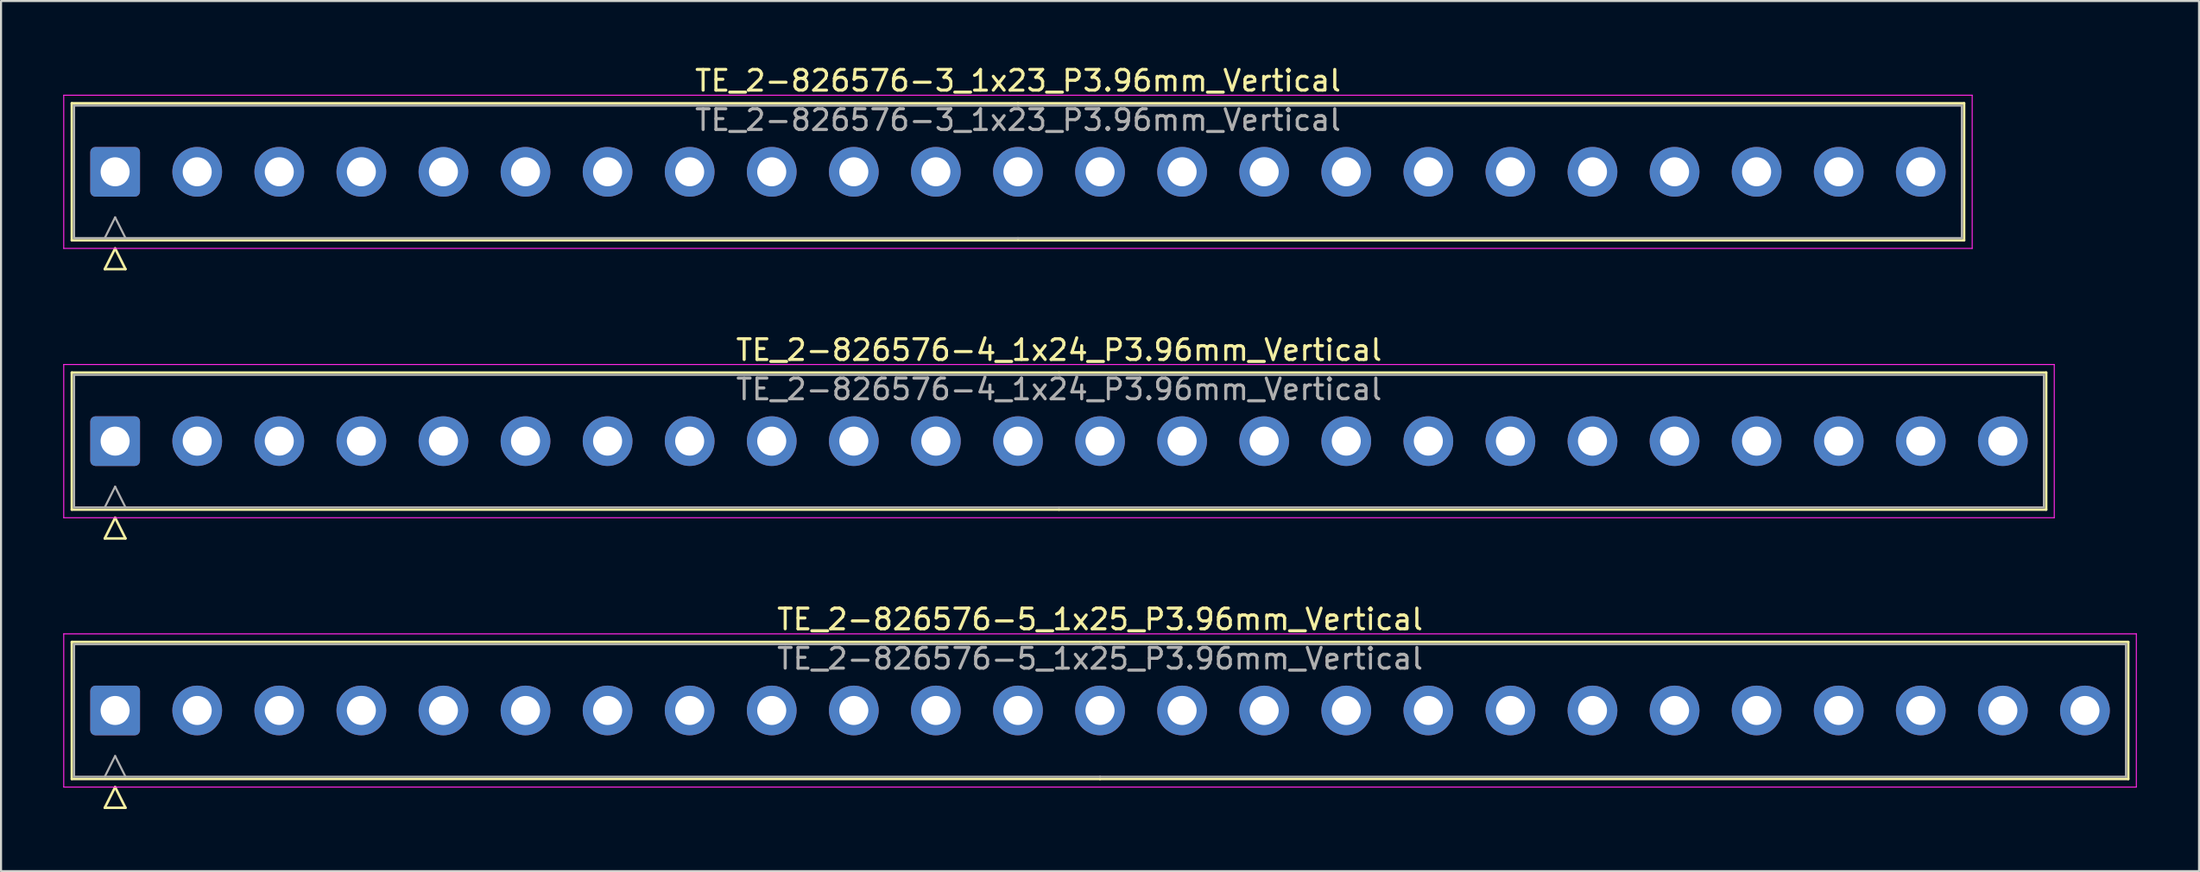
<source format=kicad_pcb>
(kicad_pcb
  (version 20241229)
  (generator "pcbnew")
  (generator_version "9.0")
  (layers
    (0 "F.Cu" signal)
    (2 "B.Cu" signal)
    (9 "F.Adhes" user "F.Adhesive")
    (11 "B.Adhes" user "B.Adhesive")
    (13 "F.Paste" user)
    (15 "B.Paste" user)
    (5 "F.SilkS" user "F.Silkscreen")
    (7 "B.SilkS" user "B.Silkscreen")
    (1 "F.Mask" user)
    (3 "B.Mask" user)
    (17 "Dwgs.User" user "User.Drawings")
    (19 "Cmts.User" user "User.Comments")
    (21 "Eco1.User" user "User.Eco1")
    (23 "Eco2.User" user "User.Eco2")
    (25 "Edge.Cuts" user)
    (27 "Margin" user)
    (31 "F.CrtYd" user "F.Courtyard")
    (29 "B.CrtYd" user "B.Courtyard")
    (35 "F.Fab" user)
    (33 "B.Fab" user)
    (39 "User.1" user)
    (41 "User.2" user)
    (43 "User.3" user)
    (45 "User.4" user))
  (footprint "TE_2-826576-3_1x23_P3.96mm_Vertical"
    (layer "F.Cu")
    (at 2.505 5.248)
    (property "Reference" "TE_2-826576-3_1x23_P3.96mm_Vertical" (at 43.56 -4.4 0) (layer "F.SilkS") (effects (font (size 1 1) (thickness 0.15))))
    (attr through_hole)
    (fp_line (start -2.09 -3.31) (end -2.09 3.31) (stroke (width 0.12) (type solid)) (layer "F.SilkS"))
    (fp_line (start -2.09 3.31) (end 43.56 3.31) (stroke (width 0.12) (type solid)) (layer "F.SilkS"))
    (fp_line (start -0.5 4.7) (end 0 3.7) (stroke (width 0.12) (type solid)) (layer "F.SilkS"))
    (fp_line (start 0 3.7) (end 0.5 4.7) (stroke (width 0.12) (type solid)) (layer "F.SilkS"))
    (fp_line (start 0.5 4.7) (end -0.5 4.7) (stroke (width 0.12) (type solid)) (layer "F.SilkS"))
    (fp_line (start 43.56 -3.31) (end -2.09 -3.31) (stroke (width 0.12) (type solid)) (layer "F.SilkS"))
    (fp_line (start 43.56 -3.31) (end 89.21 -3.31) (stroke (width 0.12) (type solid)) (layer "F.SilkS"))
    (fp_line (start 89.21 -3.31) (end 89.21 3.31) (stroke (width 0.12) (type solid)) (layer "F.SilkS"))
    (fp_line (start 89.21 3.31) (end 43.56 3.31) (stroke (width 0.12) (type solid)) (layer "F.SilkS"))
    (fp_line (start -2.48 -3.7) (end -2.48 3.7) (stroke (width 0.05) (type solid)) (layer "F.CrtYd"))
    (fp_line (start -2.48 3.7) (end 89.6 3.7) (stroke (width 0.05) (type solid)) (layer "F.CrtYd"))
    (fp_line (start 89.6 -3.7) (end -2.48 -3.7) (stroke (width 0.05) (type solid)) (layer "F.CrtYd"))
    (fp_line (start 89.6 3.7) (end 89.6 -3.7) (stroke (width 0.05) (type solid)) (layer "F.CrtYd"))
    (fp_line (start -1.98 -3.2) (end -1.98 3.2) (stroke (width 0.1) (type solid)) (layer "F.Fab"))
    (fp_line (start -1.98 3.2) (end 43.56 3.2) (stroke (width 0.1) (type solid)) (layer "F.Fab"))
    (fp_line (start -0.5 3.2) (end 0 2.2) (stroke (width 0.1) (type solid)) (layer "F.Fab"))
    (fp_line (start 0 2.2) (end 0.5 3.2) (stroke (width 0.1) (type solid)) (layer "F.Fab"))
    (fp_line (start 43.56 -3.2) (end -1.98 -3.2) (stroke (width 0.1) (type solid)) (layer "F.Fab"))
    (fp_line (start 43.56 -3.2) (end 89.1 -3.2) (stroke (width 0.1) (type solid)) (layer "F.Fab"))
    (fp_line (start 89.1 -3.2) (end 89.1 3.2) (stroke (width 0.1) (type solid)) (layer "F.Fab"))
    (fp_line (start 89.1 3.2) (end 43.56 3.2) (stroke (width 0.1) (type solid)) (layer "F.Fab"))
    (fp_text user "${REFERENCE}" (at 43.56 -2.5 0) (layer "F.Fab") (effects (font (size 1 1) (thickness 0.15))))
    (pad "1" thru_hole roundrect (at 0 0) (size 2.4 2.4) (drill 1.4) (layers "*.Cu" "*.Mask") (roundrect_rratio 0.104))
    (pad "2" thru_hole circle (at 3.96 0) (size 2.4 2.4) (drill 1.4) (layers "*.Cu" "*.Mask"))
    (pad "3" thru_hole circle (at 7.92 0) (size 2.4 2.4) (drill 1.4) (layers "*.Cu" "*.Mask"))
    (pad "4" thru_hole circle (at 11.88 0) (size 2.4 2.4) (drill 1.4) (layers "*.Cu" "*.Mask"))
    (pad "5" thru_hole circle (at 15.84 0) (size 2.4 2.4) (drill 1.4) (layers "*.Cu" "*.Mask"))
    (pad "6" thru_hole circle (at 19.8 0) (size 2.4 2.4) (drill 1.4) (layers "*.Cu" "*.Mask"))
    (pad "7" thru_hole circle (at 23.76 0) (size 2.4 2.4) (drill 1.4) (layers "*.Cu" "*.Mask"))
    (pad "8" thru_hole circle (at 27.72 0) (size 2.4 2.4) (drill 1.4) (layers "*.Cu" "*.Mask"))
    (pad "9" thru_hole circle (at 31.68 0) (size 2.4 2.4) (drill 1.4) (layers "*.Cu" "*.Mask"))
    (pad "10" thru_hole circle (at 35.64 0) (size 2.4 2.4) (drill 1.4) (layers "*.Cu" "*.Mask"))
    (pad "11" thru_hole circle (at 39.6 0) (size 2.4 2.4) (drill 1.4) (layers "*.Cu" "*.Mask"))
    (pad "12" thru_hole circle (at 43.56 0) (size 2.4 2.4) (drill 1.4) (layers "*.Cu" "*.Mask"))
    (pad "13" thru_hole circle (at 47.52 0) (size 2.4 2.4) (drill 1.4) (layers "*.Cu" "*.Mask"))
    (pad "14" thru_hole circle (at 51.48 0) (size 2.4 2.4) (drill 1.4) (layers "*.Cu" "*.Mask"))
    (pad "15" thru_hole circle (at 55.44 0) (size 2.4 2.4) (drill 1.4) (layers "*.Cu" "*.Mask"))
    (pad "16" thru_hole circle (at 59.4 0) (size 2.4 2.4) (drill 1.4) (layers "*.Cu" "*.Mask"))
    (pad "17" thru_hole circle (at 63.36 0) (size 2.4 2.4) (drill 1.4) (layers "*.Cu" "*.Mask"))
    (pad "18" thru_hole circle (at 67.32 0) (size 2.4 2.4) (drill 1.4) (layers "*.Cu" "*.Mask"))
    (pad "19" thru_hole circle (at 71.28 0) (size 2.4 2.4) (drill 1.4) (layers "*.Cu" "*.Mask"))
    (pad "20" thru_hole circle (at 75.24 0) (size 2.4 2.4) (drill 1.4) (layers "*.Cu" "*.Mask"))
    (pad "21" thru_hole circle (at 79.2 0) (size 2.4 2.4) (drill 1.4) (layers "*.Cu" "*.Mask"))
    (pad "22" thru_hole circle (at 83.16 0) (size 2.4 2.4) (drill 1.4) (layers "*.Cu" "*.Mask"))
    (pad "23" thru_hole circle (at 87.12 0) (size 2.4 2.4) (drill 1.4) (layers "*.Cu" "*.Mask")))
  (footprint "TE_2-826576-4_1x24_P3.96mm_Vertical"
    (layer "F.Cu")
    (at 2.505 18.256)
    (property "Reference" "TE_2-826576-4_1x24_P3.96mm_Vertical" (at 45.54 -4.4 0) (layer "F.SilkS") (effects (font (size 1 1) (thickness 0.15))))
    (attr through_hole)
    (fp_line (start -2.09 -3.31) (end -2.09 3.31) (stroke (width 0.12) (type solid)) (layer "F.SilkS"))
    (fp_line (start -2.09 3.31) (end 45.54 3.31) (stroke (width 0.12) (type solid)) (layer "F.SilkS"))
    (fp_line (start -0.5 4.7) (end 0 3.7) (stroke (width 0.12) (type solid)) (layer "F.SilkS"))
    (fp_line (start 0 3.7) (end 0.5 4.7) (stroke (width 0.12) (type solid)) (layer "F.SilkS"))
    (fp_line (start 0.5 4.7) (end -0.5 4.7) (stroke (width 0.12) (type solid)) (layer "F.SilkS"))
    (fp_line (start 45.54 -3.31) (end -2.09 -3.31) (stroke (width 0.12) (type solid)) (layer "F.SilkS"))
    (fp_line (start 45.54 -3.31) (end 93.17 -3.31) (stroke (width 0.12) (type solid)) (layer "F.SilkS"))
    (fp_line (start 93.17 -3.31) (end 93.17 3.31) (stroke (width 0.12) (type solid)) (layer "F.SilkS"))
    (fp_line (start 93.17 3.31) (end 45.54 3.31) (stroke (width 0.12) (type solid)) (layer "F.SilkS"))
    (fp_line (start -2.48 -3.7) (end -2.48 3.7) (stroke (width 0.05) (type solid)) (layer "F.CrtYd"))
    (fp_line (start -2.48 3.7) (end 93.56 3.7) (stroke (width 0.05) (type solid)) (layer "F.CrtYd"))
    (fp_line (start 93.56 -3.7) (end -2.48 -3.7) (stroke (width 0.05) (type solid)) (layer "F.CrtYd"))
    (fp_line (start 93.56 3.7) (end 93.56 -3.7) (stroke (width 0.05) (type solid)) (layer "F.CrtYd"))
    (fp_line (start -1.98 -3.2) (end -1.98 3.2) (stroke (width 0.1) (type solid)) (layer "F.Fab"))
    (fp_line (start -1.98 3.2) (end 45.54 3.2) (stroke (width 0.1) (type solid)) (layer "F.Fab"))
    (fp_line (start -0.5 3.2) (end 0 2.2) (stroke (width 0.1) (type solid)) (layer "F.Fab"))
    (fp_line (start 0 2.2) (end 0.5 3.2) (stroke (width 0.1) (type solid)) (layer "F.Fab"))
    (fp_line (start 45.54 -3.2) (end -1.98 -3.2) (stroke (width 0.1) (type solid)) (layer "F.Fab"))
    (fp_line (start 45.54 -3.2) (end 93.06 -3.2) (stroke (width 0.1) (type solid)) (layer "F.Fab"))
    (fp_line (start 93.06 -3.2) (end 93.06 3.2) (stroke (width 0.1) (type solid)) (layer "F.Fab"))
    (fp_line (start 93.06 3.2) (end 45.54 3.2) (stroke (width 0.1) (type solid)) (layer "F.Fab"))
    (fp_text user "${REFERENCE}" (at 45.54 -2.5 0) (layer "F.Fab") (effects (font (size 1 1) (thickness 0.15))))
    (pad "1" thru_hole roundrect (at 0 0) (size 2.4 2.4) (drill 1.4) (layers "*.Cu" "*.Mask") (roundrect_rratio 0.104))
    (pad "2" thru_hole circle (at 3.96 0) (size 2.4 2.4) (drill 1.4) (layers "*.Cu" "*.Mask"))
    (pad "3" thru_hole circle (at 7.92 0) (size 2.4 2.4) (drill 1.4) (layers "*.Cu" "*.Mask"))
    (pad "4" thru_hole circle (at 11.88 0) (size 2.4 2.4) (drill 1.4) (layers "*.Cu" "*.Mask"))
    (pad "5" thru_hole circle (at 15.84 0) (size 2.4 2.4) (drill 1.4) (layers "*.Cu" "*.Mask"))
    (pad "6" thru_hole circle (at 19.8 0) (size 2.4 2.4) (drill 1.4) (layers "*.Cu" "*.Mask"))
    (pad "7" thru_hole circle (at 23.76 0) (size 2.4 2.4) (drill 1.4) (layers "*.Cu" "*.Mask"))
    (pad "8" thru_hole circle (at 27.72 0) (size 2.4 2.4) (drill 1.4) (layers "*.Cu" "*.Mask"))
    (pad "9" thru_hole circle (at 31.68 0) (size 2.4 2.4) (drill 1.4) (layers "*.Cu" "*.Mask"))
    (pad "10" thru_hole circle (at 35.64 0) (size 2.4 2.4) (drill 1.4) (layers "*.Cu" "*.Mask"))
    (pad "11" thru_hole circle (at 39.6 0) (size 2.4 2.4) (drill 1.4) (layers "*.Cu" "*.Mask"))
    (pad "12" thru_hole circle (at 43.56 0) (size 2.4 2.4) (drill 1.4) (layers "*.Cu" "*.Mask"))
    (pad "13" thru_hole circle (at 47.52 0) (size 2.4 2.4) (drill 1.4) (layers "*.Cu" "*.Mask"))
    (pad "14" thru_hole circle (at 51.48 0) (size 2.4 2.4) (drill 1.4) (layers "*.Cu" "*.Mask"))
    (pad "15" thru_hole circle (at 55.44 0) (size 2.4 2.4) (drill 1.4) (layers "*.Cu" "*.Mask"))
    (pad "16" thru_hole circle (at 59.4 0) (size 2.4 2.4) (drill 1.4) (layers "*.Cu" "*.Mask"))
    (pad "17" thru_hole circle (at 63.36 0) (size 2.4 2.4) (drill 1.4) (layers "*.Cu" "*.Mask"))
    (pad "18" thru_hole circle (at 67.32 0) (size 2.4 2.4) (drill 1.4) (layers "*.Cu" "*.Mask"))
    (pad "19" thru_hole circle (at 71.28 0) (size 2.4 2.4) (drill 1.4) (layers "*.Cu" "*.Mask"))
    (pad "20" thru_hole circle (at 75.24 0) (size 2.4 2.4) (drill 1.4) (layers "*.Cu" "*.Mask"))
    (pad "21" thru_hole circle (at 79.2 0) (size 2.4 2.4) (drill 1.4) (layers "*.Cu" "*.Mask"))
    (pad "22" thru_hole circle (at 83.16 0) (size 2.4 2.4) (drill 1.4) (layers "*.Cu" "*.Mask"))
    (pad "23" thru_hole circle (at 87.12 0) (size 2.4 2.4) (drill 1.4) (layers "*.Cu" "*.Mask"))
    (pad "24" thru_hole circle (at 91.08 0) (size 2.4 2.4) (drill 1.4) (layers "*.Cu" "*.Mask")))
  (footprint "TE_2-826576-5_1x25_P3.96mm_Vertical"
    (layer "F.Cu")
    (at 2.505 31.265)
    (property "Reference" "TE_2-826576-5_1x25_P3.96mm_Vertical" (at 47.52 -4.4 0) (layer "F.SilkS") (effects (font (size 1 1) (thickness 0.15))))
    (attr through_hole)
    (fp_line (start -2.09 -3.31) (end -2.09 3.31) (stroke (width 0.12) (type solid)) (layer "F.SilkS"))
    (fp_line (start -2.09 3.31) (end 47.52 3.31) (stroke (width 0.12) (type solid)) (layer "F.SilkS"))
    (fp_line (start -0.5 4.7) (end 0 3.7) (stroke (width 0.12) (type solid)) (layer "F.SilkS"))
    (fp_line (start 0 3.7) (end 0.5 4.7) (stroke (width 0.12) (type solid)) (layer "F.SilkS"))
    (fp_line (start 0.5 4.7) (end -0.5 4.7) (stroke (width 0.12) (type solid)) (layer "F.SilkS"))
    (fp_line (start 47.52 -3.31) (end -2.09 -3.31) (stroke (width 0.12) (type solid)) (layer "F.SilkS"))
    (fp_line (start 47.52 -3.31) (end 97.13 -3.31) (stroke (width 0.12) (type solid)) (layer "F.SilkS"))
    (fp_line (start 97.13 -3.31) (end 97.13 3.31) (stroke (width 0.12) (type solid)) (layer "F.SilkS"))
    (fp_line (start 97.13 3.31) (end 47.52 3.31) (stroke (width 0.12) (type solid)) (layer "F.SilkS"))
    (fp_line (start -2.48 -3.7) (end -2.48 3.7) (stroke (width 0.05) (type solid)) (layer "F.CrtYd"))
    (fp_line (start -2.48 3.7) (end 97.52 3.7) (stroke (width 0.05) (type solid)) (layer "F.CrtYd"))
    (fp_line (start 97.52 -3.7) (end -2.48 -3.7) (stroke (width 0.05) (type solid)) (layer "F.CrtYd"))
    (fp_line (start 97.52 3.7) (end 97.52 -3.7) (stroke (width 0.05) (type solid)) (layer "F.CrtYd"))
    (fp_line (start -1.98 -3.2) (end -1.98 3.2) (stroke (width 0.1) (type solid)) (layer "F.Fab"))
    (fp_line (start -1.98 3.2) (end 47.52 3.2) (stroke (width 0.1) (type solid)) (layer "F.Fab"))
    (fp_line (start -0.5 3.2) (end 0 2.2) (stroke (width 0.1) (type solid)) (layer "F.Fab"))
    (fp_line (start 0 2.2) (end 0.5 3.2) (stroke (width 0.1) (type solid)) (layer "F.Fab"))
    (fp_line (start 47.52 -3.2) (end -1.98 -3.2) (stroke (width 0.1) (type solid)) (layer "F.Fab"))
    (fp_line (start 47.52 -3.2) (end 97.02 -3.2) (stroke (width 0.1) (type solid)) (layer "F.Fab"))
    (fp_line (start 97.02 -3.2) (end 97.02 3.2) (stroke (width 0.1) (type solid)) (layer "F.Fab"))
    (fp_line (start 97.02 3.2) (end 47.52 3.2) (stroke (width 0.1) (type solid)) (layer "F.Fab"))
    (fp_text user "${REFERENCE}" (at 47.52 -2.5 0) (layer "F.Fab") (effects (font (size 1 1) (thickness 0.15))))
    (pad "1" thru_hole roundrect (at 0 0) (size 2.4 2.4) (drill 1.4) (layers "*.Cu" "*.Mask") (roundrect_rratio 0.104))
    (pad "2" thru_hole circle (at 3.96 0) (size 2.4 2.4) (drill 1.4) (layers "*.Cu" "*.Mask"))
    (pad "3" thru_hole circle (at 7.92 0) (size 2.4 2.4) (drill 1.4) (layers "*.Cu" "*.Mask"))
    (pad "4" thru_hole circle (at 11.88 0) (size 2.4 2.4) (drill 1.4) (layers "*.Cu" "*.Mask"))
    (pad "5" thru_hole circle (at 15.84 0) (size 2.4 2.4) (drill 1.4) (layers "*.Cu" "*.Mask"))
    (pad "6" thru_hole circle (at 19.8 0) (size 2.4 2.4) (drill 1.4) (layers "*.Cu" "*.Mask"))
    (pad "7" thru_hole circle (at 23.76 0) (size 2.4 2.4) (drill 1.4) (layers "*.Cu" "*.Mask"))
    (pad "8" thru_hole circle (at 27.72 0) (size 2.4 2.4) (drill 1.4) (layers "*.Cu" "*.Mask"))
    (pad "9" thru_hole circle (at 31.68 0) (size 2.4 2.4) (drill 1.4) (layers "*.Cu" "*.Mask"))
    (pad "10" thru_hole circle (at 35.64 0) (size 2.4 2.4) (drill 1.4) (layers "*.Cu" "*.Mask"))
    (pad "11" thru_hole circle (at 39.6 0) (size 2.4 2.4) (drill 1.4) (layers "*.Cu" "*.Mask"))
    (pad "12" thru_hole circle (at 43.56 0) (size 2.4 2.4) (drill 1.4) (layers "*.Cu" "*.Mask"))
    (pad "13" thru_hole circle (at 47.52 0) (size 2.4 2.4) (drill 1.4) (layers "*.Cu" "*.Mask"))
    (pad "14" thru_hole circle (at 51.48 0) (size 2.4 2.4) (drill 1.4) (layers "*.Cu" "*.Mask"))
    (pad "15" thru_hole circle (at 55.44 0) (size 2.4 2.4) (drill 1.4) (layers "*.Cu" "*.Mask"))
    (pad "16" thru_hole circle (at 59.4 0) (size 2.4 2.4) (drill 1.4) (layers "*.Cu" "*.Mask"))
    (pad "17" thru_hole circle (at 63.36 0) (size 2.4 2.4) (drill 1.4) (layers "*.Cu" "*.Mask"))
    (pad "18" thru_hole circle (at 67.32 0) (size 2.4 2.4) (drill 1.4) (layers "*.Cu" "*.Mask"))
    (pad "19" thru_hole circle (at 71.28 0) (size 2.4 2.4) (drill 1.4) (layers "*.Cu" "*.Mask"))
    (pad "20" thru_hole circle (at 75.24 0) (size 2.4 2.4) (drill 1.4) (layers "*.Cu" "*.Mask"))
    (pad "21" thru_hole circle (at 79.2 0) (size 2.4 2.4) (drill 1.4) (layers "*.Cu" "*.Mask"))
    (pad "22" thru_hole circle (at 83.16 0) (size 2.4 2.4) (drill 1.4) (layers "*.Cu" "*.Mask"))
    (pad "23" thru_hole circle (at 87.12 0) (size 2.4 2.4) (drill 1.4) (layers "*.Cu" "*.Mask"))
    (pad "24" thru_hole circle (at 91.08 0) (size 2.4 2.4) (drill 1.4) (layers "*.Cu" "*.Mask"))
    (pad "25" thru_hole circle (at 95.04 0) (size 2.4 2.4) (drill 1.4) (layers "*.Cu" "*.Mask")))
  (gr_rect
    (start -3 -3)
    (end 103.05 39.025)
    (stroke (width 0.1) (type default))
    (fill no)
    (layer "Edge.Cuts")))
</source>
